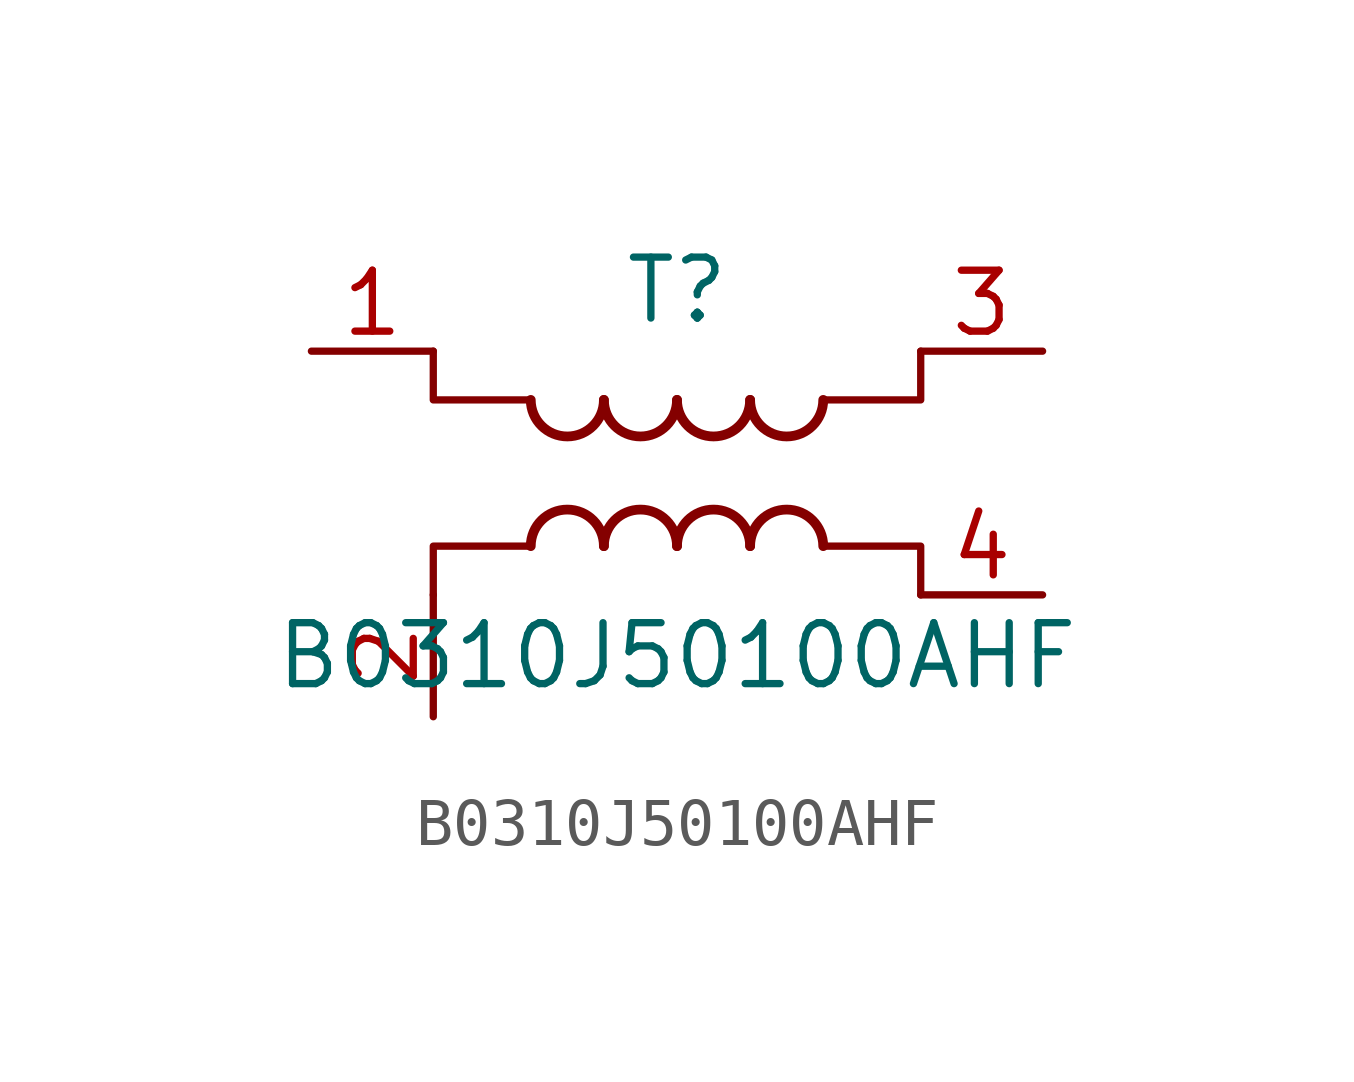
<source format=kicad_sym>
(kicad_symbol_lib
  (version 20220914)
  (generator kicad_symbol_editor)
  (symbol "B0310J50100AHF"
    (pin_names hide)
    (property "Reference" "T"
      (at 0 3.81 0)
      (effects (font (size 1.27 1.27))))
    (property "Value" "B0310J50100AHF"
      (at 0 -3.81 0)
      (effects (font (size 1.27 1.27))))
    (symbol "B0310J50100AHF_0_1"
      (arc (start -3.048 1.524) (mid -2.286 0.7653) (end -1.524 1.524) (stroke (width 0.2032) (type default)) (fill (type none)))
      (arc (start -1.524 -1.524) (mid -2.286 -0.7653) (end -3.048 -1.524) (stroke (width 0.2032) (type default)) (fill (type none)))
      (arc (start -1.524 1.524) (mid -0.762 0.7653) (end 0 1.524) (stroke (width 0.2032) (type default)) (fill (type none)))
      (arc (start 0 -1.524) (mid -0.762 -0.7653) (end -1.524 -1.524) (stroke (width 0.2032) (type default)) (fill (type none)))
      (polyline (pts (xy -5.08 -2.54) (xy -5.08 -1.524) (xy -3.048 -1.524) (xy -3.048 -1.524)) (stroke (width 0.152) (type default)) (fill (type none)))
      (polyline (pts (xy -3.048 1.524) (xy -5.08 1.524) (xy -5.08 2.54) (xy -5.08 2.54)) (stroke (width 0.152) (type default)) (fill (type none)))
      (polyline (pts (xy 3.048 -1.524) (xy 5.08 -1.524) (xy 5.08 -2.54) (xy 5.08 -2.54)) (stroke (width 0.152) (type default)) (fill (type none)))
      (polyline (pts (xy 5.08 2.54) (xy 5.08 1.524) (xy 3.048 1.524) (xy 3.048 1.524)) (stroke (width 0.152) (type default)) (fill (type none)))
      (arc (start 0 1.524) (mid 0.762 0.7653) (end 1.524 1.524) (stroke (width 0.2032) (type default)) (fill (type none)))
      (arc (start 1.524 -1.524) (mid 0.762 -0.7653) (end 0 -1.524) (stroke (width 0.2032) (type default)) (fill (type none)))
      (arc (start 1.524 1.524) (mid 2.286 0.7653) (end 3.048 1.524) (stroke (width 0.2032) (type default)) (fill (type none)))
      (arc (start 3.048 -1.524) (mid 2.286 -0.7653) (end 1.524 -1.524) (stroke (width 0.2032) (type default)) (fill (type none))))
    (symbol "B0310J50100AHF_1_0"
      (pin no_connect line (at 1.27 3.81 270) (length 2.54) hide (name "NC" (effects (font (size 1.27 1.27)))) (number "6" (effects (font (size 1.27 1.27))))))
    (symbol "B0310J50100AHF_1_1"
      (pin passive line (at -7.62 2.54 0) (length 2.54) (name "~" (effects (font (size 1.27 1.27)))) (number "1" (effects (font (size 1.27 1.27)))))
      (pin passive line (at -5.08 -5.08 90) (length 2.54) (name "GND" (effects (font (size 1.27 1.27)))) (number "2" (effects (font (size 1.27 1.27)))))
      (pin passive line (at 7.62 2.54 180) (length 2.54) (name "~" (effects (font (size 1.27 1.27)))) (number "3" (effects (font (size 1.27 1.27)))))
      (pin passive line (at 7.62 -2.54 180) (length 2.54) (name "~" (effects (font (size 1.27 1.27)))) (number "4" (effects (font (size 1.27 1.27)))))
      (pin no_connect line (at -1.27 3.81 270) (length 2.54) hide (name "NC" (effects (font (size 1.27 1.27)))) (number "5" (effects (font (size 1.27 1.27))))))))
</source>
